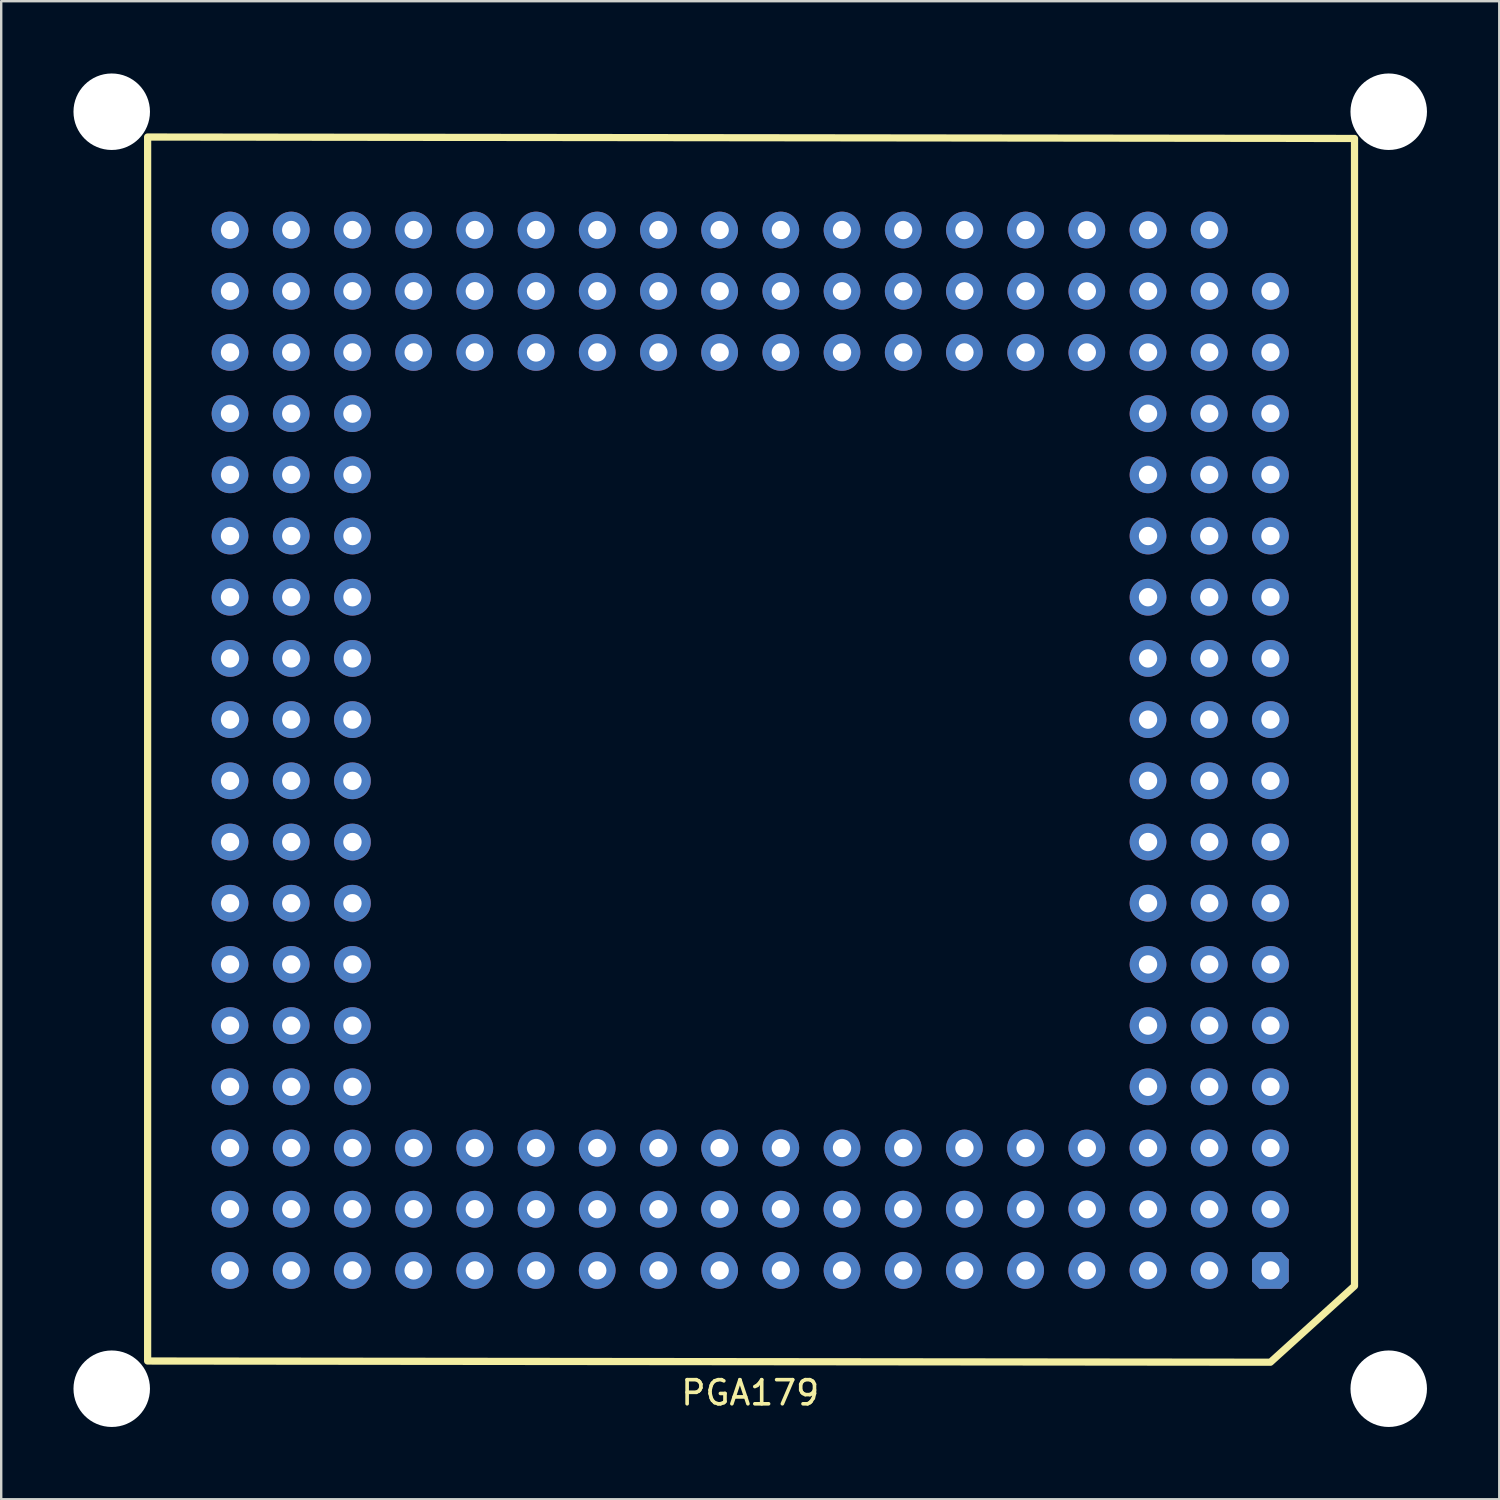
<source format=kicad_pcb>
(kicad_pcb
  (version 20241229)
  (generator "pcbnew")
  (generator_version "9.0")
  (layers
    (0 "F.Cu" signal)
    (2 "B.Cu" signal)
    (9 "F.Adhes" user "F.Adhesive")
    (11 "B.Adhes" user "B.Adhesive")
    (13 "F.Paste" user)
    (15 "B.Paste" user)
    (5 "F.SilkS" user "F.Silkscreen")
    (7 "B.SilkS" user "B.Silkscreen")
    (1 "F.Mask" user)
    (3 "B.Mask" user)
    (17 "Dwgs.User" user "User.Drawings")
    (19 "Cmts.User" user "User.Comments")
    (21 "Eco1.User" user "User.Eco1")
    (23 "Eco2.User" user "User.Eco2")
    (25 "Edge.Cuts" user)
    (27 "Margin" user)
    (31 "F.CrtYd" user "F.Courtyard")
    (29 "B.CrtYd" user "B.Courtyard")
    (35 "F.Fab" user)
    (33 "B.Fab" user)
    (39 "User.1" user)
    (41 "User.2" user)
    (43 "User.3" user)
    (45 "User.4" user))
  (footprint "PGA179"
    (layer "F.Cu")
    (at 28.087 28.087)
    (property "Reference" "PGA179" (at 0 26.67 0) (unlocked yes) (layer "F.SilkS") (effects (font (size 1 1) (thickness 0.15))))
    (attr through_hole)
    (fp_poly (pts (xy 25.08 -25.39) (xy -25.01 -25.45) (xy -25.01 25.35) (xy 21.59 25.4) (xy 25.08 22.235)) (stroke (width 0.3) (type solid)) (fill no) (layer "F.SilkS"))
    (pad "" np_thru_hole circle (at -26.5 -26.5) (size 3.175 3.175) (drill 3.175) (layers "*.Cu" "*.Mask"))
    (pad "" np_thru_hole circle (at -26.5 26.5) (size 3.175 3.175) (drill 3.175) (layers "*.Cu" "*.Mask"))
    (pad "" np_thru_hole circle (at 26.5 -26.5) (size 3.175 3.175) (drill 3.175) (layers "*.Cu" "*.Mask"))
    (pad "" np_thru_hole circle (at 26.5 26.5) (size 3.175 3.175) (drill 3.175) (layers "*.Cu" "*.Mask"))
    (pad "1" thru_hole roundrect (at 21.59 21.59) (size 1.524 1.524) (drill 0.762) (layers "*.Cu" "*.Mask") (roundrect_rratio 0) (chamfer_ratio 0.2) (chamfer top_left top_right bottom_left bottom_right))
    (pad "2" thru_hole circle (at 19.05 21.59) (size 1.524 1.524) (drill 0.762) (layers "*.Cu" "*.Mask"))
    (pad "3" thru_hole circle (at 16.51 21.59) (size 1.524 1.524) (drill 0.762) (layers "*.Cu" "*.Mask"))
    (pad "4" thru_hole circle (at 13.97 21.59) (size 1.524 1.524) (drill 0.762) (layers "*.Cu" "*.Mask"))
    (pad "5" thru_hole circle (at 11.43 21.59) (size 1.524 1.524) (drill 0.762) (layers "*.Cu" "*.Mask"))
    (pad "6" thru_hole circle (at 8.89 21.59) (size 1.524 1.524) (drill 0.762) (layers "*.Cu" "*.Mask"))
    (pad "7" thru_hole circle (at 6.35 21.59) (size 1.524 1.524) (drill 0.762) (layers "*.Cu" "*.Mask"))
    (pad "8" thru_hole circle (at 3.81 21.59) (size 1.524 1.524) (drill 0.762) (layers "*.Cu" "*.Mask"))
    (pad "9" thru_hole circle (at 1.27 21.59) (size 1.524 1.524) (drill 0.762) (layers "*.Cu" "*.Mask"))
    (pad "10" thru_hole circle (at -1.27 21.59) (size 1.524 1.524) (drill 0.762) (layers "*.Cu" "*.Mask"))
    (pad "11" thru_hole circle (at -3.81 21.59) (size 1.524 1.524) (drill 0.762) (layers "*.Cu" "*.Mask"))
    (pad "12" thru_hole circle (at -6.35 21.59) (size 1.524 1.524) (drill 0.762) (layers "*.Cu" "*.Mask"))
    (pad "13" thru_hole circle (at -8.89 21.59) (size 1.524 1.524) (drill 0.762) (layers "*.Cu" "*.Mask"))
    (pad "14" thru_hole circle (at -11.43 21.59) (size 1.524 1.524) (drill 0.762) (layers "*.Cu" "*.Mask"))
    (pad "15" thru_hole circle (at -13.97 21.59) (size 1.524 1.524) (drill 0.762) (layers "*.Cu" "*.Mask"))
    (pad "16" thru_hole circle (at -16.51 21.59) (size 1.524 1.524) (drill 0.762) (layers "*.Cu" "*.Mask"))
    (pad "17" thru_hole circle (at -19.05 21.59) (size 1.524 1.524) (drill 0.762) (layers "*.Cu" "*.Mask"))
    (pad "18" thru_hole circle (at -21.59 21.59) (size 1.524 1.524) (drill 0.762) (layers "*.Cu" "*.Mask"))
    (pad "19" thru_hole circle (at 21.59 19.05) (size 1.524 1.524) (drill 0.762) (layers "*.Cu" "*.Mask"))
    (pad "20" thru_hole circle (at 19.05 19.05) (size 1.524 1.524) (drill 0.762) (layers "*.Cu" "*.Mask"))
    (pad "21" thru_hole circle (at 16.51 19.05) (size 1.524 1.524) (drill 0.762) (layers "*.Cu" "*.Mask"))
    (pad "22" thru_hole circle (at 13.97 19.05) (size 1.524 1.524) (drill 0.762) (layers "*.Cu" "*.Mask"))
    (pad "23" thru_hole circle (at 11.43 19.05) (size 1.524 1.524) (drill 0.762) (layers "*.Cu" "*.Mask"))
    (pad "24" thru_hole circle (at 8.89 19.05) (size 1.524 1.524) (drill 0.762) (layers "*.Cu" "*.Mask"))
    (pad "25" thru_hole circle (at 6.35 19.05) (size 1.524 1.524) (drill 0.762) (layers "*.Cu" "*.Mask"))
    (pad "26" thru_hole circle (at 3.81 19.05) (size 1.524 1.524) (drill 0.762) (layers "*.Cu" "*.Mask"))
    (pad "27" thru_hole circle (at 1.27 19.05) (size 1.524 1.524) (drill 0.762) (layers "*.Cu" "*.Mask"))
    (pad "28" thru_hole circle (at -1.27 19.05) (size 1.524 1.524) (drill 0.762) (layers "*.Cu" "*.Mask"))
    (pad "29" thru_hole circle (at -3.81 19.05) (size 1.524 1.524) (drill 0.762) (layers "*.Cu" "*.Mask"))
    (pad "30" thru_hole circle (at -6.35 19.05) (size 1.524 1.524) (drill 0.762) (layers "*.Cu" "*.Mask"))
    (pad "31" thru_hole circle (at -8.89 19.05) (size 1.524 1.524) (drill 0.762) (layers "*.Cu" "*.Mask"))
    (pad "32" thru_hole circle (at -11.43 19.05) (size 1.524 1.524) (drill 0.762) (layers "*.Cu" "*.Mask"))
    (pad "33" thru_hole circle (at -13.97 19.05) (size 1.524 1.524) (drill 0.762) (layers "*.Cu" "*.Mask"))
    (pad "34" thru_hole circle (at -16.51 19.05) (size 1.524 1.524) (drill 0.762) (layers "*.Cu" "*.Mask"))
    (pad "35" thru_hole circle (at -19.05 19.05) (size 1.524 1.524) (drill 0.762) (layers "*.Cu" "*.Mask"))
    (pad "36" thru_hole circle (at -21.59 19.05) (size 1.524 1.524) (drill 0.762) (layers "*.Cu" "*.Mask"))
    (pad "37" thru_hole circle (at 21.59 16.51) (size 1.524 1.524) (drill 0.762) (layers "*.Cu" "*.Mask"))
    (pad "38" thru_hole circle (at 19.05 16.51) (size 1.524 1.524) (drill 0.762) (layers "*.Cu" "*.Mask"))
    (pad "39" thru_hole circle (at 16.51 16.51) (size 1.524 1.524) (drill 0.762) (layers "*.Cu" "*.Mask"))
    (pad "40" thru_hole circle (at 13.97 16.51) (size 1.524 1.524) (drill 0.762) (layers "*.Cu" "*.Mask"))
    (pad "41" thru_hole circle (at 11.43 16.51) (size 1.524 1.524) (drill 0.762) (layers "*.Cu" "*.Mask"))
    (pad "42" thru_hole circle (at 8.89 16.51) (size 1.524 1.524) (drill 0.762) (layers "*.Cu" "*.Mask"))
    (pad "43" thru_hole circle (at 6.35 16.51) (size 1.524 1.524) (drill 0.762) (layers "*.Cu" "*.Mask"))
    (pad "44" thru_hole circle (at 3.81 16.51) (size 1.524 1.524) (drill 0.762) (layers "*.Cu" "*.Mask"))
    (pad "45" thru_hole circle (at 1.27 16.51) (size 1.524 1.524) (drill 0.762) (layers "*.Cu" "*.Mask"))
    (pad "46" thru_hole circle (at -1.27 16.51) (size 1.524 1.524) (drill 0.762) (layers "*.Cu" "*.Mask"))
    (pad "47" thru_hole circle (at -3.81 16.51) (size 1.524 1.524) (drill 0.762) (layers "*.Cu" "*.Mask"))
    (pad "48" thru_hole circle (at -6.35 16.51) (size 1.524 1.524) (drill 0.762) (layers "*.Cu" "*.Mask"))
    (pad "49" thru_hole circle (at -8.89 16.51) (size 1.524 1.524) (drill 0.762) (layers "*.Cu" "*.Mask"))
    (pad "50" thru_hole circle (at -11.43 16.51) (size 1.524 1.524) (drill 0.762) (layers "*.Cu" "*.Mask"))
    (pad "51" thru_hole circle (at -13.97 16.51) (size 1.524 1.524) (drill 0.762) (layers "*.Cu" "*.Mask"))
    (pad "52" thru_hole circle (at -16.51 16.51) (size 1.524 1.524) (drill 0.762) (layers "*.Cu" "*.Mask"))
    (pad "53" thru_hole circle (at -19.05 16.51) (size 1.524 1.524) (drill 0.762) (layers "*.Cu" "*.Mask"))
    (pad "54" thru_hole circle (at -21.59 16.51) (size 1.524 1.524) (drill 0.762) (layers "*.Cu" "*.Mask"))
    (pad "55" thru_hole circle (at 21.59 13.97) (size 1.524 1.524) (drill 0.762) (layers "*.Cu" "*.Mask"))
    (pad "56" thru_hole circle (at 19.05 13.97) (size 1.524 1.524) (drill 0.762) (layers "*.Cu" "*.Mask"))
    (pad "57" thru_hole circle (at 16.51 13.97) (size 1.524 1.524) (drill 0.762) (layers "*.Cu" "*.Mask"))
    (pad "58" thru_hole circle (at -16.51 13.97) (size 1.524 1.524) (drill 0.762) (layers "*.Cu" "*.Mask"))
    (pad "59" thru_hole circle (at -19.05 13.97) (size 1.524 1.524) (drill 0.762) (layers "*.Cu" "*.Mask"))
    (pad "60" thru_hole circle (at -21.59 13.97) (size 1.524 1.524) (drill 0.762) (layers "*.Cu" "*.Mask"))
    (pad "61" thru_hole circle (at 21.59 11.43) (size 1.524 1.524) (drill 0.762) (layers "*.Cu" "*.Mask"))
    (pad "62" thru_hole circle (at 19.05 11.43) (size 1.524 1.524) (drill 0.762) (layers "*.Cu" "*.Mask"))
    (pad "63" thru_hole circle (at 16.51 11.43) (size 1.524 1.524) (drill 0.762) (layers "*.Cu" "*.Mask"))
    (pad "64" thru_hole circle (at -16.51 11.43) (size 1.524 1.524) (drill 0.762) (layers "*.Cu" "*.Mask"))
    (pad "65" thru_hole circle (at -19.05 11.43) (size 1.524 1.524) (drill 0.762) (layers "*.Cu" "*.Mask"))
    (pad "66" thru_hole circle (at -21.59 11.43) (size 1.524 1.524) (drill 0.762) (layers "*.Cu" "*.Mask"))
    (pad "67" thru_hole circle (at 21.59 8.89) (size 1.524 1.524) (drill 0.762) (layers "*.Cu" "*.Mask"))
    (pad "68" thru_hole circle (at 19.05 8.89) (size 1.524 1.524) (drill 0.762) (layers "*.Cu" "*.Mask"))
    (pad "69" thru_hole circle (at 16.51 8.89) (size 1.524 1.524) (drill 0.762) (layers "*.Cu" "*.Mask"))
    (pad "70" thru_hole circle (at -16.51 8.89) (size 1.524 1.524) (drill 0.762) (layers "*.Cu" "*.Mask"))
    (pad "71" thru_hole circle (at -19.05 8.89) (size 1.524 1.524) (drill 0.762) (layers "*.Cu" "*.Mask"))
    (pad "72" thru_hole circle (at -21.59 8.89) (size 1.524 1.524) (drill 0.762) (layers "*.Cu" "*.Mask"))
    (pad "73" thru_hole circle (at 21.59 6.35) (size 1.524 1.524) (drill 0.762) (layers "*.Cu" "*.Mask"))
    (pad "74" thru_hole circle (at 19.05 6.35) (size 1.524 1.524) (drill 0.762) (layers "*.Cu" "*.Mask"))
    (pad "75" thru_hole circle (at 16.51 6.35) (size 1.524 1.524) (drill 0.762) (layers "*.Cu" "*.Mask"))
    (pad "76" thru_hole circle (at -16.51 6.35) (size 1.524 1.524) (drill 0.762) (layers "*.Cu" "*.Mask"))
    (pad "77" thru_hole circle (at -19.05 6.35) (size 1.524 1.524) (drill 0.762) (layers "*.Cu" "*.Mask"))
    (pad "78" thru_hole circle (at -21.59 6.35) (size 1.524 1.524) (drill 0.762) (layers "*.Cu" "*.Mask"))
    (pad "79" thru_hole circle (at 21.59 3.81) (size 1.524 1.524) (drill 0.762) (layers "*.Cu" "*.Mask"))
    (pad "80" thru_hole circle (at 19.05 3.81) (size 1.524 1.524) (drill 0.762) (layers "*.Cu" "*.Mask"))
    (pad "81" thru_hole circle (at 16.51 3.81) (size 1.524 1.524) (drill 0.762) (layers "*.Cu" "*.Mask"))
    (pad "82" thru_hole circle (at -16.51 3.81) (size 1.524 1.524) (drill 0.762) (layers "*.Cu" "*.Mask"))
    (pad "83" thru_hole circle (at -19.05 3.81) (size 1.524 1.524) (drill 0.762) (layers "*.Cu" "*.Mask"))
    (pad "84" thru_hole circle (at -21.59 3.81) (size 1.524 1.524) (drill 0.762) (layers "*.Cu" "*.Mask"))
    (pad "85" thru_hole circle (at 21.59 1.27) (size 1.524 1.524) (drill 0.762) (layers "*.Cu" "*.Mask"))
    (pad "86" thru_hole circle (at 19.05 1.27) (size 1.524 1.524) (drill 0.762) (layers "*.Cu" "*.Mask"))
    (pad "87" thru_hole circle (at 16.51 1.27) (size 1.524 1.524) (drill 0.762) (layers "*.Cu" "*.Mask"))
    (pad "88" thru_hole circle (at -16.51 1.27) (size 1.524 1.524) (drill 0.762) (layers "*.Cu" "*.Mask"))
    (pad "89" thru_hole circle (at -19.05 1.27) (size 1.524 1.524) (drill 0.762) (layers "*.Cu" "*.Mask"))
    (pad "90" thru_hole circle (at -21.59 1.27) (size 1.524 1.524) (drill 0.762) (layers "*.Cu" "*.Mask"))
    (pad "91" thru_hole circle (at 21.59 -1.27) (size 1.524 1.524) (drill 0.762) (layers "*.Cu" "*.Mask"))
    (pad "92" thru_hole circle (at 19.05 -1.27) (size 1.524 1.524) (drill 0.762) (layers "*.Cu" "*.Mask"))
    (pad "93" thru_hole circle (at 16.51 -1.27) (size 1.524 1.524) (drill 0.762) (layers "*.Cu" "*.Mask"))
    (pad "94" thru_hole circle (at -16.51 -1.27) (size 1.524 1.524) (drill 0.762) (layers "*.Cu" "*.Mask"))
    (pad "95" thru_hole circle (at -19.05 -1.27) (size 1.524 1.524) (drill 0.762) (layers "*.Cu" "*.Mask"))
    (pad "96" thru_hole circle (at -21.59 -1.27) (size 1.524 1.524) (drill 0.762) (layers "*.Cu" "*.Mask"))
    (pad "97" thru_hole circle (at 21.59 -3.81) (size 1.524 1.524) (drill 0.762) (layers "*.Cu" "*.Mask"))
    (pad "98" thru_hole circle (at 19.05 -3.81) (size 1.524 1.524) (drill 0.762) (layers "*.Cu" "*.Mask"))
    (pad "99" thru_hole circle (at 16.51 -3.81) (size 1.524 1.524) (drill 0.762) (layers "*.Cu" "*.Mask"))
    (pad "100" thru_hole circle (at -16.51 -3.81) (size 1.524 1.524) (drill 0.762) (layers "*.Cu" "*.Mask"))
    (pad "101" thru_hole circle (at -19.05 -3.81) (size 1.524 1.524) (drill 0.762) (layers "*.Cu" "*.Mask"))
    (pad "102" thru_hole circle (at -21.59 -3.81) (size 1.524 1.524) (drill 0.762) (layers "*.Cu" "*.Mask"))
    (pad "103" thru_hole circle (at 21.59 -6.35) (size 1.524 1.524) (drill 0.762) (layers "*.Cu" "*.Mask"))
    (pad "104" thru_hole circle (at 19.05 -6.35) (size 1.524 1.524) (drill 0.762) (layers "*.Cu" "*.Mask"))
    (pad "105" thru_hole circle (at 16.51 -6.35) (size 1.524 1.524) (drill 0.762) (layers "*.Cu" "*.Mask"))
    (pad "106" thru_hole circle (at -16.51 -6.35) (size 1.524 1.524) (drill 0.762) (layers "*.Cu" "*.Mask"))
    (pad "107" thru_hole circle (at -19.05 -6.35) (size 1.524 1.524) (drill 0.762) (layers "*.Cu" "*.Mask"))
    (pad "108" thru_hole circle (at -21.59 -6.35) (size 1.524 1.524) (drill 0.762) (layers "*.Cu" "*.Mask"))
    (pad "109" thru_hole circle (at 21.59 -8.89) (size 1.524 1.524) (drill 0.762) (layers "*.Cu" "*.Mask"))
    (pad "110" thru_hole circle (at 19.05 -8.89) (size 1.524 1.524) (drill 0.762) (layers "*.Cu" "*.Mask"))
    (pad "111" thru_hole circle (at 16.51 -8.89) (size 1.524 1.524) (drill 0.762) (layers "*.Cu" "*.Mask"))
    (pad "112" thru_hole circle (at -16.51 -8.89) (size 1.524 1.524) (drill 0.762) (layers "*.Cu" "*.Mask"))
    (pad "113" thru_hole circle (at -19.05 -8.89) (size 1.524 1.524) (drill 0.762) (layers "*.Cu" "*.Mask"))
    (pad "114" thru_hole circle (at -21.59 -8.89) (size 1.524 1.524) (drill 0.762) (layers "*.Cu" "*.Mask"))
    (pad "115" thru_hole circle (at 21.59 -11.43) (size 1.524 1.524) (drill 0.762) (layers "*.Cu" "*.Mask"))
    (pad "116" thru_hole circle (at 19.05 -11.43) (size 1.524 1.524) (drill 0.762) (layers "*.Cu" "*.Mask"))
    (pad "117" thru_hole circle (at 16.51 -11.43) (size 1.524 1.524) (drill 0.762) (layers "*.Cu" "*.Mask"))
    (pad "118" thru_hole circle (at -16.51 -11.43) (size 1.524 1.524) (drill 0.762) (layers "*.Cu" "*.Mask"))
    (pad "119" thru_hole circle (at -19.05 -11.43) (size 1.524 1.524) (drill 0.762) (layers "*.Cu" "*.Mask"))
    (pad "120" thru_hole circle (at -21.59 -11.43) (size 1.524 1.524) (drill 0.762) (layers "*.Cu" "*.Mask"))
    (pad "121" thru_hole circle (at 21.59 -13.97) (size 1.524 1.524) (drill 0.762) (layers "*.Cu" "*.Mask"))
    (pad "122" thru_hole circle (at 19.05 -13.97) (size 1.524 1.524) (drill 0.762) (layers "*.Cu" "*.Mask"))
    (pad "123" thru_hole circle (at 16.51 -13.97) (size 1.524 1.524) (drill 0.762) (layers "*.Cu" "*.Mask"))
    (pad "124" thru_hole circle (at -16.51 -13.97) (size 1.524 1.524) (drill 0.762) (layers "*.Cu" "*.Mask"))
    (pad "125" thru_hole circle (at -19.05 -13.97) (size 1.524 1.524) (drill 0.762) (layers "*.Cu" "*.Mask"))
    (pad "126" thru_hole circle (at -21.59 -13.97) (size 1.524 1.524) (drill 0.762) (layers "*.Cu" "*.Mask"))
    (pad "127" thru_hole circle (at 21.59 -16.51) (size 1.524 1.524) (drill 0.762) (layers "*.Cu" "*.Mask"))
    (pad "128" thru_hole circle (at 19.05 -16.51) (size 1.524 1.524) (drill 0.762) (layers "*.Cu" "*.Mask"))
    (pad "129" thru_hole circle (at 16.51 -16.51) (size 1.524 1.524) (drill 0.762) (layers "*.Cu" "*.Mask"))
    (pad "130" thru_hole circle (at 13.97 -16.51) (size 1.524 1.524) (drill 0.762) (layers "*.Cu" "*.Mask"))
    (pad "131" thru_hole circle (at 11.43 -16.51) (size 1.524 1.524) (drill 0.762) (layers "*.Cu" "*.Mask"))
    (pad "132" thru_hole circle (at 8.89 -16.51) (size 1.524 1.524) (drill 0.762) (layers "*.Cu" "*.Mask"))
    (pad "133" thru_hole circle (at 6.35 -16.51) (size 1.524 1.524) (drill 0.762) (layers "*.Cu" "*.Mask"))
    (pad "134" thru_hole circle (at 3.81 -16.51) (size 1.524 1.524) (drill 0.762) (layers "*.Cu" "*.Mask"))
    (pad "135" thru_hole circle (at 1.27 -16.51) (size 1.524 1.524) (drill 0.762) (layers "*.Cu" "*.Mask"))
    (pad "136" thru_hole circle (at -1.27 -16.51) (size 1.524 1.524) (drill 0.762) (layers "*.Cu" "*.Mask"))
    (pad "137" thru_hole circle (at -3.81 -16.51) (size 1.524 1.524) (drill 0.762) (layers "*.Cu" "*.Mask"))
    (pad "138" thru_hole circle (at -6.35 -16.51) (size 1.524 1.524) (drill 0.762) (layers "*.Cu" "*.Mask"))
    (pad "139" thru_hole circle (at -8.89 -16.51) (size 1.524 1.524) (drill 0.762) (layers "*.Cu" "*.Mask"))
    (pad "140" thru_hole circle (at -11.43 -16.51) (size 1.524 1.524) (drill 0.762) (layers "*.Cu" "*.Mask"))
    (pad "141" thru_hole circle (at -13.97 -16.51) (size 1.524 1.524) (drill 0.762) (layers "*.Cu" "*.Mask"))
    (pad "142" thru_hole circle (at -16.51 -16.51) (size 1.524 1.524) (drill 0.762) (layers "*.Cu" "*.Mask"))
    (pad "143" thru_hole circle (at -19.05 -16.51) (size 1.524 1.524) (drill 0.762) (layers "*.Cu" "*.Mask"))
    (pad "144" thru_hole circle (at -21.59 -16.51) (size 1.524 1.524) (drill 0.762) (layers "*.Cu" "*.Mask"))
    (pad "145" thru_hole circle (at 21.59 -19.05) (size 1.524 1.524) (drill 0.762) (layers "*.Cu" "*.Mask"))
    (pad "146" thru_hole circle (at 19.05 -19.05) (size 1.524 1.524) (drill 0.762) (layers "*.Cu" "*.Mask"))
    (pad "147" thru_hole circle (at 16.51 -19.05) (size 1.524 1.524) (drill 0.762) (layers "*.Cu" "*.Mask"))
    (pad "148" thru_hole circle (at 13.97 -19.05) (size 1.524 1.524) (drill 0.762) (layers "*.Cu" "*.Mask"))
    (pad "149" thru_hole circle (at 11.43 -19.05) (size 1.524 1.524) (drill 0.762) (layers "*.Cu" "*.Mask"))
    (pad "150" thru_hole circle (at 8.89 -19.05) (size 1.524 1.524) (drill 0.762) (layers "*.Cu" "*.Mask"))
    (pad "151" thru_hole circle (at 6.35 -19.05) (size 1.524 1.524) (drill 0.762) (layers "*.Cu" "*.Mask"))
    (pad "152" thru_hole circle (at 3.81 -19.05) (size 1.524 1.524) (drill 0.762) (layers "*.Cu" "*.Mask"))
    (pad "153" thru_hole circle (at 1.27 -19.05) (size 1.524 1.524) (drill 0.762) (layers "*.Cu" "*.Mask"))
    (pad "154" thru_hole circle (at -1.27 -19.05) (size 1.524 1.524) (drill 0.762) (layers "*.Cu" "*.Mask"))
    (pad "155" thru_hole circle (at -3.81 -19.05) (size 1.524 1.524) (drill 0.762) (layers "*.Cu" "*.Mask"))
    (pad "156" thru_hole circle (at -6.35 -19.05) (size 1.524 1.524) (drill 0.762) (layers "*.Cu" "*.Mask"))
    (pad "157" thru_hole circle (at -8.89 -19.05) (size 1.524 1.524) (drill 0.762) (layers "*.Cu" "*.Mask"))
    (pad "158" thru_hole circle (at -11.43 -19.05) (size 1.524 1.524) (drill 0.762) (layers "*.Cu" "*.Mask"))
    (pad "159" thru_hole circle (at -13.97 -19.05) (size 1.524 1.524) (drill 0.762) (layers "*.Cu" "*.Mask"))
    (pad "160" thru_hole circle (at -16.51 -19.05) (size 1.524 1.524) (drill 0.762) (layers "*.Cu" "*.Mask"))
    (pad "161" thru_hole circle (at -19.05 -19.05) (size 1.524 1.524) (drill 0.762) (layers "*.Cu" "*.Mask"))
    (pad "162" thru_hole circle (at -21.59 -19.05) (size 1.524 1.524) (drill 0.762) (layers "*.Cu" "*.Mask"))
    (pad "163" thru_hole circle (at 19.05 -21.59) (size 1.524 1.524) (drill 0.762) (layers "*.Cu" "*.Mask"))
    (pad "164" thru_hole circle (at 16.51 -21.59) (size 1.524 1.524) (drill 0.762) (layers "*.Cu" "*.Mask"))
    (pad "165" thru_hole circle (at 13.97 -21.59) (size 1.524 1.524) (drill 0.762) (layers "*.Cu" "*.Mask"))
    (pad "166" thru_hole circle (at 11.43 -21.59) (size 1.524 1.524) (drill 0.762) (layers "*.Cu" "*.Mask"))
    (pad "167" thru_hole circle (at 8.89 -21.59) (size 1.524 1.524) (drill 0.762) (layers "*.Cu" "*.Mask"))
    (pad "168" thru_hole circle (at 6.35 -21.59) (size 1.524 1.524) (drill 0.762) (layers "*.Cu" "*.Mask"))
    (pad "169" thru_hole circle (at 3.81 -21.59) (size 1.524 1.524) (drill 0.762) (layers "*.Cu" "*.Mask"))
    (pad "170" thru_hole circle (at 1.27 -21.59) (size 1.524 1.524) (drill 0.762) (layers "*.Cu" "*.Mask"))
    (pad "171" thru_hole circle (at -1.27 -21.59) (size 1.524 1.524) (drill 0.762) (layers "*.Cu" "*.Mask"))
    (pad "172" thru_hole circle (at -3.81 -21.59) (size 1.524 1.524) (drill 0.762) (layers "*.Cu" "*.Mask"))
    (pad "173" thru_hole circle (at -6.35 -21.59) (size 1.524 1.524) (drill 0.762) (layers "*.Cu" "*.Mask"))
    (pad "174" thru_hole circle (at -8.89 -21.59) (size 1.524 1.524) (drill 0.762) (layers "*.Cu" "*.Mask"))
    (pad "175" thru_hole circle (at -11.43 -21.59) (size 1.524 1.524) (drill 0.762) (layers "*.Cu" "*.Mask"))
    (pad "176" thru_hole circle (at -13.97 -21.59) (size 1.524 1.524) (drill 0.762) (layers "*.Cu" "*.Mask"))
    (pad "177" thru_hole circle (at -16.51 -21.59) (size 1.524 1.524) (drill 0.762) (layers "*.Cu" "*.Mask"))
    (pad "178" thru_hole circle (at -19.05 -21.59) (size 1.524 1.524) (drill 0.762) (layers "*.Cu" "*.Mask"))
    (pad "179" thru_hole circle (at -21.59 -21.59) (size 1.524 1.524) (drill 0.762) (layers "*.Cu" "*.Mask")))
  (gr_rect
    (start -3 -3)
    (end 59.175 59.175)
    (stroke (width 0.1) (type default))
    (fill no)
    (layer "Edge.Cuts")))
</source>
